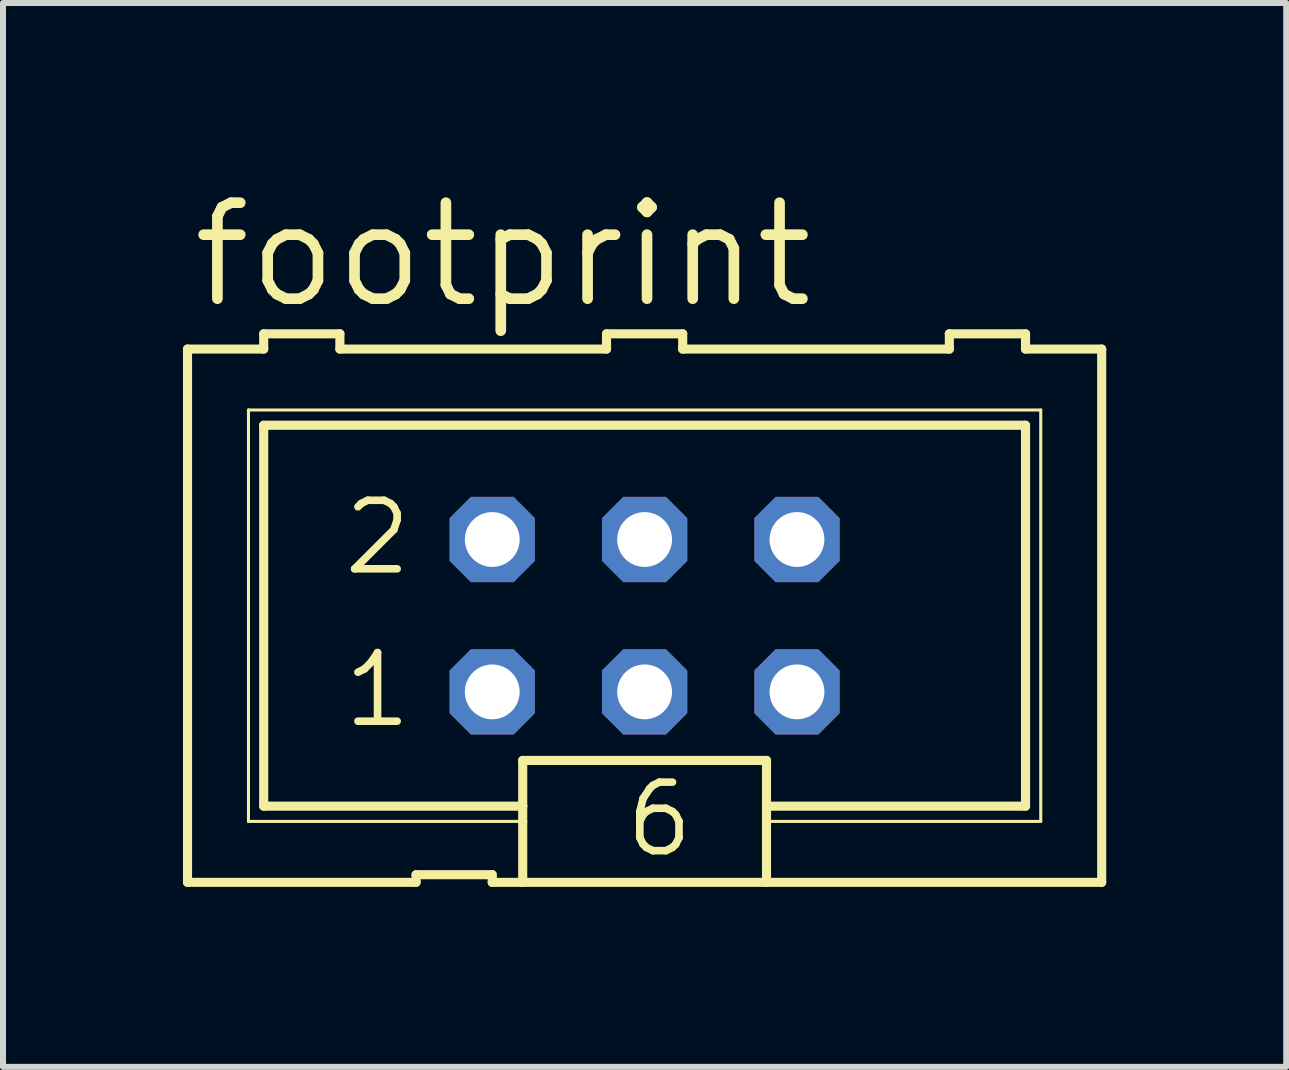
<source format=kicad_pcb>
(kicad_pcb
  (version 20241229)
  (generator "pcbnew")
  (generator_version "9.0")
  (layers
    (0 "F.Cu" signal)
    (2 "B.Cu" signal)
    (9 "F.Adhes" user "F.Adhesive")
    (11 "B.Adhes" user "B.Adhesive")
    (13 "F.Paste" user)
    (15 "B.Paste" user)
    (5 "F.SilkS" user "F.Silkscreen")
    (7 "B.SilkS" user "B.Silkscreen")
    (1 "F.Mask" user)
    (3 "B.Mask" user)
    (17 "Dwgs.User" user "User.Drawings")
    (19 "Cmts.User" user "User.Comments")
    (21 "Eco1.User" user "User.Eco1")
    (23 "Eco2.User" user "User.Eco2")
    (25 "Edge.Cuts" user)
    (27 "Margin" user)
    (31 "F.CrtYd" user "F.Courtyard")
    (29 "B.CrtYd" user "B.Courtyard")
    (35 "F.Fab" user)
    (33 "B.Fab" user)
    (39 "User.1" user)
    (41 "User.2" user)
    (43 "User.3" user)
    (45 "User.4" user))
  (footprint "footprint"
    (layer "F.Cu")
    (at 7.696 7.214)
    (property "Reference" "footprint" (at -7.62 -5.08 0) (layer "F.SilkS") (effects (font (size 1.6 1.6) (thickness 0.178)) (justify left bottom)))
    (fp_line (start -7.62 -4.445) (end -7.62 4.445) (stroke (width 0.152) (type solid)) (layer "F.SilkS"))
    (fp_line (start -7.62 -4.445) (end -6.35 -4.445) (stroke (width 0.152) (type solid)) (layer "F.SilkS"))
    (fp_line (start -6.604 -3.429) (end -6.604 3.429) (stroke (width 0.051) (type solid)) (layer "F.SilkS"))
    (fp_line (start -6.604 3.429) (end -2.032 3.429) (stroke (width 0.051) (type solid)) (layer "F.SilkS"))
    (fp_line (start -6.35 -4.699) (end -6.35 -4.445) (stroke (width 0.152) (type solid)) (layer "F.SilkS"))
    (fp_line (start -6.35 -3.175) (end -6.35 3.175) (stroke (width 0.152) (type solid)) (layer "F.SilkS"))
    (fp_line (start -6.35 -3.175) (end 6.35 -3.175) (stroke (width 0.152) (type solid)) (layer "F.SilkS"))
    (fp_line (start -5.08 -4.699) (end -6.35 -4.699) (stroke (width 0.152) (type solid)) (layer "F.SilkS"))
    (fp_line (start -5.08 -4.699) (end -5.08 -4.445) (stroke (width 0.152) (type solid)) (layer "F.SilkS"))
    (fp_line (start -5.08 -4.445) (end -0.635 -4.445) (stroke (width 0.152) (type solid)) (layer "F.SilkS"))
    (fp_line (start -3.81 4.445) (end -7.62 4.445) (stroke (width 0.152) (type solid)) (layer "F.SilkS"))
    (fp_line (start -3.81 4.445) (end -3.81 4.318) (stroke (width 0.152) (type solid)) (layer "F.SilkS"))
    (fp_line (start -2.54 4.318) (end -3.81 4.318) (stroke (width 0.152) (type solid)) (layer "F.SilkS"))
    (fp_line (start -2.54 4.318) (end -2.54 4.445) (stroke (width 0.152) (type solid)) (layer "F.SilkS"))
    (fp_line (start -2.032 3.175) (end -6.35 3.175) (stroke (width 0.152) (type solid)) (layer "F.SilkS"))
    (fp_line (start -2.032 3.175) (end -2.032 2.413) (stroke (width 0.152) (type solid)) (layer "F.SilkS"))
    (fp_line (start -2.032 3.175) (end -2.032 3.429) (stroke (width 0.152) (type solid)) (layer "F.SilkS"))
    (fp_line (start -2.032 3.429) (end -2.032 4.445) (stroke (width 0.152) (type solid)) (layer "F.SilkS"))
    (fp_line (start -2.032 4.445) (end -2.54 4.445) (stroke (width 0.152) (type solid)) (layer "F.SilkS"))
    (fp_line (start -0.635 -4.699) (end -0.635 -4.445) (stroke (width 0.152) (type solid)) (layer "F.SilkS"))
    (fp_line (start 0.635 -4.699) (end -0.635 -4.699) (stroke (width 0.152) (type solid)) (layer "F.SilkS"))
    (fp_line (start 0.635 -4.699) (end 0.635 -4.445) (stroke (width 0.152) (type solid)) (layer "F.SilkS"))
    (fp_line (start 0.635 -4.445) (end 5.08 -4.445) (stroke (width 0.152) (type solid)) (layer "F.SilkS"))
    (fp_line (start 2.032 2.413) (end -2.032 2.413) (stroke (width 0.152) (type solid)) (layer "F.SilkS"))
    (fp_line (start 2.032 2.413) (end 2.032 3.175) (stroke (width 0.152) (type solid)) (layer "F.SilkS"))
    (fp_line (start 2.032 3.175) (end 2.032 3.429) (stroke (width 0.152) (type solid)) (layer "F.SilkS"))
    (fp_line (start 2.032 3.429) (end 2.032 4.445) (stroke (width 0.152) (type solid)) (layer "F.SilkS"))
    (fp_line (start 2.032 3.429) (end 6.604 3.429) (stroke (width 0.051) (type solid)) (layer "F.SilkS"))
    (fp_line (start 2.032 4.445) (end -2.032 4.445) (stroke (width 0.152) (type solid)) (layer "F.SilkS"))
    (fp_line (start 5.08 -4.445) (end 5.08 -4.699) (stroke (width 0.152) (type solid)) (layer "F.SilkS"))
    (fp_line (start 6.35 -4.699) (end 5.08 -4.699) (stroke (width 0.152) (type solid)) (layer "F.SilkS"))
    (fp_line (start 6.35 -4.445) (end 6.35 -4.699) (stroke (width 0.152) (type solid)) (layer "F.SilkS"))
    (fp_line (start 6.35 -4.445) (end 7.62 -4.445) (stroke (width 0.152) (type solid)) (layer "F.SilkS"))
    (fp_line (start 6.35 3.175) (end 2.032 3.175) (stroke (width 0.152) (type solid)) (layer "F.SilkS"))
    (fp_line (start 6.35 3.175) (end 6.35 -3.175) (stroke (width 0.152) (type solid)) (layer "F.SilkS"))
    (fp_line (start 6.604 -3.429) (end -6.604 -3.429) (stroke (width 0.051) (type solid)) (layer "F.SilkS"))
    (fp_line (start 6.604 3.429) (end 6.604 -3.429) (stroke (width 0.051) (type solid)) (layer "F.SilkS"))
    (fp_line (start 7.62 4.445) (end 2.032 4.445) (stroke (width 0.152) (type solid)) (layer "F.SilkS"))
    (fp_line (start 7.62 4.445) (end 7.62 -4.445) (stroke (width 0.152) (type solid)) (layer "F.SilkS"))
    (fp_poly (pts (xy -2.794 -1.016) (xy -2.286 -1.016) (xy -2.286 -1.524) (xy -2.794 -1.524)) (stroke (width 0.1) (type solid)) (fill no) (layer "F.Fab"))
    (fp_poly (pts (xy -2.794 1.524) (xy -2.286 1.524) (xy -2.286 1.016) (xy -2.794 1.016)) (stroke (width 0.1) (type solid)) (fill no) (layer "F.Fab"))
    (fp_poly (pts (xy -0.254 -1.016) (xy 0.254 -1.016) (xy 0.254 -1.524) (xy -0.254 -1.524)) (stroke (width 0.1) (type solid)) (fill no) (layer "F.Fab"))
    (fp_poly (pts (xy -0.254 1.524) (xy 0.254 1.524) (xy 0.254 1.016) (xy -0.254 1.016)) (stroke (width 0.1) (type solid)) (fill no) (layer "F.Fab"))
    (fp_poly (pts (xy 2.286 -1.016) (xy 2.794 -1.016) (xy 2.794 -1.524) (xy 2.286 -1.524)) (stroke (width 0.1) (type solid)) (fill no) (layer "F.Fab"))
    (fp_poly (pts (xy 2.286 1.524) (xy 2.794 1.524) (xy 2.794 1.016) (xy 2.286 1.016)) (stroke (width 0.1) (type solid)) (fill no) (layer "F.Fab"))
    (fp_text user "2" (at -5.08 -0.635 0) (layer "F.SilkS") (effects (font (size 1.143 1.143) (thickness 0.127)) (justify left bottom)))
    (fp_text user "6" (at -0.381 4.064 0) (layer "F.SilkS") (effects (font (size 1.143 1.143) (thickness 0.127)) (justify left bottom)))
    (fp_text user "1" (at -5.08 1.905 0) (layer "F.SilkS") (effects (font (size 1.143 1.143) (thickness 0.127)) (justify left bottom)))
    (pad "1" thru_hole roundrect (at -2.54 1.27) (size 1.422 1.422) (drill 0.914) (layers "*.Cu" "*.Mask") (roundrect_rratio 0.25) (chamfer_ratio 0.25) (chamfer top_left top_right bottom_left bottom_right))
    (pad "2" thru_hole roundrect (at -2.54 -1.27) (size 1.422 1.422) (drill 0.914) (layers "*.Cu" "*.Mask") (roundrect_rratio 0.25) (chamfer_ratio 0.25) (chamfer top_left top_right bottom_left bottom_right))
    (pad "3" thru_hole roundrect (at 0 1.27) (size 1.422 1.422) (drill 0.914) (layers "*.Cu" "*.Mask") (roundrect_rratio 0.25) (chamfer_ratio 0.25) (chamfer top_left top_right bottom_left bottom_right))
    (pad "4" thru_hole roundrect (at 0 -1.27) (size 1.422 1.422) (drill 0.914) (layers "*.Cu" "*.Mask") (roundrect_rratio 0.25) (chamfer_ratio 0.25) (chamfer top_left top_right bottom_left bottom_right))
    (pad "5" thru_hole roundrect (at 2.54 1.27) (size 1.422 1.422) (drill 0.914) (layers "*.Cu" "*.Mask") (roundrect_rratio 0.25) (chamfer_ratio 0.25) (chamfer top_left top_right bottom_left bottom_right))
    (pad "6" thru_hole roundrect (at 2.54 -1.27) (size 1.422 1.422) (drill 0.914) (layers "*.Cu" "*.Mask") (roundrect_rratio 0.25) (chamfer_ratio 0.25) (chamfer top_left top_right bottom_left bottom_right)))
  (gr_rect
    (start -3 -3)
    (end 18.392 14.735)
    (stroke (width 0.1) (type default))
    (fill no)
    (layer "Edge.Cuts")))
</source>
